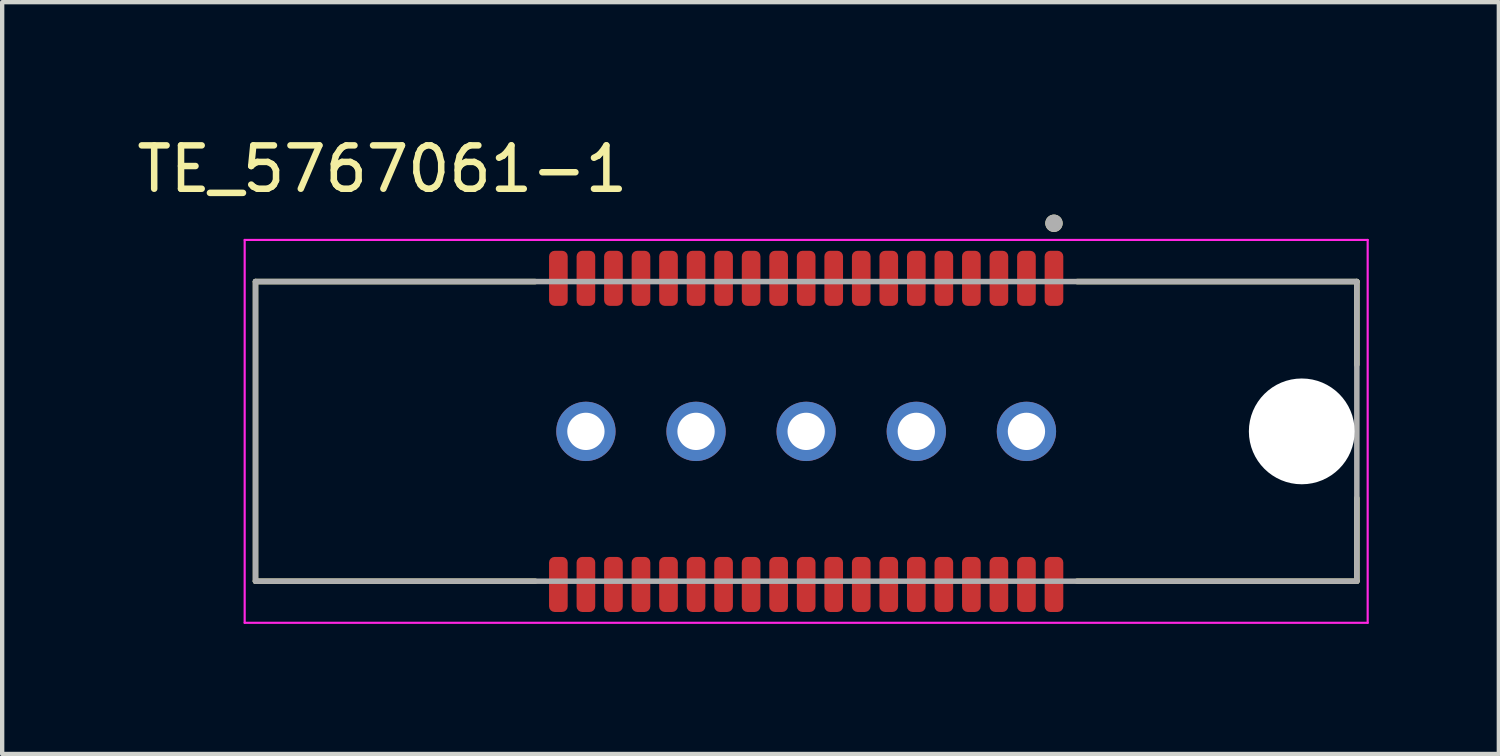
<source format=kicad_pcb>
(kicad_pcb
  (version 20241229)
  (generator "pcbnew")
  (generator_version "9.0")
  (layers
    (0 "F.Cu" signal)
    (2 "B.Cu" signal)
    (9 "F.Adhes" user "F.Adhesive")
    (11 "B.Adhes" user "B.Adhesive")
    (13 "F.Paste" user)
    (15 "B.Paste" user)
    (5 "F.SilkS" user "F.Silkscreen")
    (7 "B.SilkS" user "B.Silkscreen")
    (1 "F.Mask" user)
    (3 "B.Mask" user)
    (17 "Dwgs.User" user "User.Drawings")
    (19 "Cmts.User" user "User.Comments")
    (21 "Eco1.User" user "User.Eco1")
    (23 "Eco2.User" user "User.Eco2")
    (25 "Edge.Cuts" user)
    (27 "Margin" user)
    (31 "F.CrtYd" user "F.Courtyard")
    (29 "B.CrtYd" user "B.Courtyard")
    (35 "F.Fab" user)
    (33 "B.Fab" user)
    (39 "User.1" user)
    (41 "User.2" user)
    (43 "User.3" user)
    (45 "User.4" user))
  (footprint "TE_5767061-1"
    (layer "F.Cu")
    (at 15.543 6.899)
    (property "Reference" "TE_5767061-1" (at -9.775 -6.051 0) (layer "F.SilkS") (effects (font (size 1 1) (thickness 0.15))))
    (attr smd)
    (fp_line (start -12.7 -3.455) (end -6.25 -3.455) (stroke (width 0.127) (type solid)) (layer "F.SilkS"))
    (fp_line (start -12.7 3.455) (end -12.7 -3.455) (stroke (width 0.127) (type solid)) (layer "F.SilkS"))
    (fp_line (start -6.25 3.455) (end -12.7 3.455) (stroke (width 0.127) (type solid)) (layer "F.SilkS"))
    (fp_line (start 6.25 -3.455) (end 12.7 -3.455) (stroke (width 0.127) (type solid)) (layer "F.SilkS"))
    (fp_line (start 12.7 -3.455) (end 12.7 -1.54) (stroke (width 0.127) (type solid)) (layer "F.SilkS"))
    (fp_line (start 12.7 3.455) (end 6.25 3.455) (stroke (width 0.127) (type solid)) (layer "F.SilkS"))
    (fp_line (start 12.7 3.455) (end 12.7 1.54) (stroke (width 0.127) (type solid)) (layer "F.SilkS"))
    (fp_circle (center 5.715 -4.8) (end 5.815 -4.8) (stroke (width 0.2) (type solid)) (fill no) (layer "F.SilkS"))
    (fp_line (start -12.95 -4.415) (end -12.95 4.415) (stroke (width 0.05) (type solid)) (layer "F.CrtYd"))
    (fp_line (start -12.95 4.415) (end 12.95 4.415) (stroke (width 0.05) (type solid)) (layer "F.CrtYd"))
    (fp_line (start 12.95 -4.415) (end -12.95 -4.415) (stroke (width 0.05) (type solid)) (layer "F.CrtYd"))
    (fp_line (start 12.95 4.415) (end 12.95 -4.415) (stroke (width 0.05) (type solid)) (layer "F.CrtYd"))
    (fp_line (start -12.7 -3.455) (end 12.7 -3.455) (stroke (width 0.127) (type solid)) (layer "F.Fab"))
    (fp_line (start -12.7 3.455) (end -12.7 -3.455) (stroke (width 0.127) (type solid)) (layer "F.Fab"))
    (fp_line (start 12.7 -3.455) (end 12.7 3.455) (stroke (width 0.127) (type solid)) (layer "F.Fab"))
    (fp_line (start 12.7 3.455) (end -12.7 3.455) (stroke (width 0.127) (type solid)) (layer "F.Fab"))
    (fp_circle (center 5.715 -4.8) (end 5.815 -4.8) (stroke (width 0.2) (type solid)) (fill no) (layer "F.Fab"))
    (pad "" np_thru_hole circle (at 11.43 0) (size 2.44 2.44) (drill 2.44) (layers "*.Cu" "*.Mask"))
    (pad "1" smd roundrect (at 5.715 -3.53) (size 0.43 1.27) (layers "F.Cu" "F.Mask" "F.Paste") (roundrect_rratio 0.3))
    (pad "2" smd roundrect (at 5.715 3.53) (size 0.43 1.27) (layers "F.Cu" "F.Mask" "F.Paste") (roundrect_rratio 0.3))
    (pad "3" smd roundrect (at 5.08 -3.53) (size 0.43 1.27) (layers "F.Cu" "F.Mask" "F.Paste") (roundrect_rratio 0.3))
    (pad "4" smd roundrect (at 5.08 3.53) (size 0.43 1.27) (layers "F.Cu" "F.Mask" "F.Paste") (roundrect_rratio 0.3))
    (pad "5" smd roundrect (at 4.445 -3.53) (size 0.43 1.27) (layers "F.Cu" "F.Mask" "F.Paste") (roundrect_rratio 0.3))
    (pad "6" smd roundrect (at 4.445 3.53) (size 0.43 1.27) (layers "F.Cu" "F.Mask" "F.Paste") (roundrect_rratio 0.3))
    (pad "7" smd roundrect (at 3.81 -3.53) (size 0.43 1.27) (layers "F.Cu" "F.Mask" "F.Paste") (roundrect_rratio 0.3))
    (pad "8" smd roundrect (at 3.81 3.53) (size 0.43 1.27) (layers "F.Cu" "F.Mask" "F.Paste") (roundrect_rratio 0.3))
    (pad "9" smd roundrect (at 3.175 -3.53) (size 0.43 1.27) (layers "F.Cu" "F.Mask" "F.Paste") (roundrect_rratio 0.3))
    (pad "10" smd roundrect (at 3.175 3.53) (size 0.43 1.27) (layers "F.Cu" "F.Mask" "F.Paste") (roundrect_rratio 0.3))
    (pad "11" smd roundrect (at 2.54 -3.53) (size 0.43 1.27) (layers "F.Cu" "F.Mask" "F.Paste") (roundrect_rratio 0.3))
    (pad "12" smd roundrect (at 2.54 3.53) (size 0.43 1.27) (layers "F.Cu" "F.Mask" "F.Paste") (roundrect_rratio 0.3))
    (pad "13" smd roundrect (at 1.905 -3.53) (size 0.43 1.27) (layers "F.Cu" "F.Mask" "F.Paste") (roundrect_rratio 0.3))
    (pad "14" smd roundrect (at 1.905 3.53) (size 0.43 1.27) (layers "F.Cu" "F.Mask" "F.Paste") (roundrect_rratio 0.3))
    (pad "15" smd roundrect (at 1.27 -3.53) (size 0.43 1.27) (layers "F.Cu" "F.Mask" "F.Paste") (roundrect_rratio 0.3))
    (pad "16" smd roundrect (at 1.27 3.53) (size 0.43 1.27) (layers "F.Cu" "F.Mask" "F.Paste") (roundrect_rratio 0.3))
    (pad "17" smd roundrect (at 0.635 -3.53) (size 0.43 1.27) (layers "F.Cu" "F.Mask" "F.Paste") (roundrect_rratio 0.3))
    (pad "18" smd roundrect (at 0.635 3.53) (size 0.43 1.27) (layers "F.Cu" "F.Mask" "F.Paste") (roundrect_rratio 0.3))
    (pad "19" smd roundrect (at 0 -3.53) (size 0.43 1.27) (layers "F.Cu" "F.Mask" "F.Paste") (roundrect_rratio 0.3))
    (pad "20" smd roundrect (at 0 3.53) (size 0.43 1.27) (layers "F.Cu" "F.Mask" "F.Paste") (roundrect_rratio 0.3))
    (pad "21" smd roundrect (at -0.635 -3.53) (size 0.43 1.27) (layers "F.Cu" "F.Mask" "F.Paste") (roundrect_rratio 0.3))
    (pad "22" smd roundrect (at -0.635 3.53) (size 0.43 1.27) (layers "F.Cu" "F.Mask" "F.Paste") (roundrect_rratio 0.3))
    (pad "23" smd roundrect (at -1.27 -3.53) (size 0.43 1.27) (layers "F.Cu" "F.Mask" "F.Paste") (roundrect_rratio 0.3))
    (pad "24" smd roundrect (at -1.27 3.53) (size 0.43 1.27) (layers "F.Cu" "F.Mask" "F.Paste") (roundrect_rratio 0.3))
    (pad "25" smd roundrect (at -1.905 -3.53) (size 0.43 1.27) (layers "F.Cu" "F.Mask" "F.Paste") (roundrect_rratio 0.3))
    (pad "26" smd roundrect (at -1.905 3.53) (size 0.43 1.27) (layers "F.Cu" "F.Mask" "F.Paste") (roundrect_rratio 0.3))
    (pad "27" smd roundrect (at -2.54 -3.53) (size 0.43 1.27) (layers "F.Cu" "F.Mask" "F.Paste") (roundrect_rratio 0.3))
    (pad "28" smd roundrect (at -2.54 3.53) (size 0.43 1.27) (layers "F.Cu" "F.Mask" "F.Paste") (roundrect_rratio 0.3))
    (pad "29" smd roundrect (at -3.175 -3.53) (size 0.43 1.27) (layers "F.Cu" "F.Mask" "F.Paste") (roundrect_rratio 0.3))
    (pad "30" smd roundrect (at -3.175 3.53) (size 0.43 1.27) (layers "F.Cu" "F.Mask" "F.Paste") (roundrect_rratio 0.3))
    (pad "31" smd roundrect (at -3.81 -3.53) (size 0.43 1.27) (layers "F.Cu" "F.Mask" "F.Paste") (roundrect_rratio 0.3))
    (pad "32" smd roundrect (at -3.81 3.53) (size 0.43 1.27) (layers "F.Cu" "F.Mask" "F.Paste") (roundrect_rratio 0.3))
    (pad "33" smd roundrect (at -4.445 -3.53) (size 0.43 1.27) (layers "F.Cu" "F.Mask" "F.Paste") (roundrect_rratio 0.3))
    (pad "34" smd roundrect (at -4.445 3.53) (size 0.43 1.27) (layers "F.Cu" "F.Mask" "F.Paste") (roundrect_rratio 0.3))
    (pad "35" smd roundrect (at -5.08 -3.53) (size 0.43 1.27) (layers "F.Cu" "F.Mask" "F.Paste") (roundrect_rratio 0.3))
    (pad "36" smd roundrect (at -5.08 3.53) (size 0.43 1.27) (layers "F.Cu" "F.Mask" "F.Paste") (roundrect_rratio 0.3))
    (pad "37" smd roundrect (at -5.715 -3.53) (size 0.43 1.27) (layers "F.Cu" "F.Mask" "F.Paste") (roundrect_rratio 0.3))
    (pad "38" smd roundrect (at -5.715 3.53) (size 0.43 1.27) (layers "F.Cu" "F.Mask" "F.Paste") (roundrect_rratio 0.3))
    (pad "G1" thru_hole circle (at 5.08 0) (size 1.368 1.368) (drill 0.86) (layers "*.Cu" "*.Mask"))
    (pad "G2" thru_hole circle (at 2.54 0) (size 1.368 1.368) (drill 0.86) (layers "*.Cu" "*.Mask"))
    (pad "G3" thru_hole circle (at 0 0) (size 1.368 1.368) (drill 0.86) (layers "*.Cu" "*.Mask"))
    (pad "G4" thru_hole circle (at -2.54 0) (size 1.368 1.368) (drill 0.86) (layers "*.Cu" "*.Mask"))
    (pad "G5" thru_hole circle (at -5.08 0) (size 1.368 1.368) (drill 0.86) (layers "*.Cu" "*.Mask")))
  (gr_rect
    (start -3 -3)
    (end 31.518 14.339)
    (stroke (width 0.1) (type default))
    (fill no)
    (layer "Edge.Cuts")))
</source>
